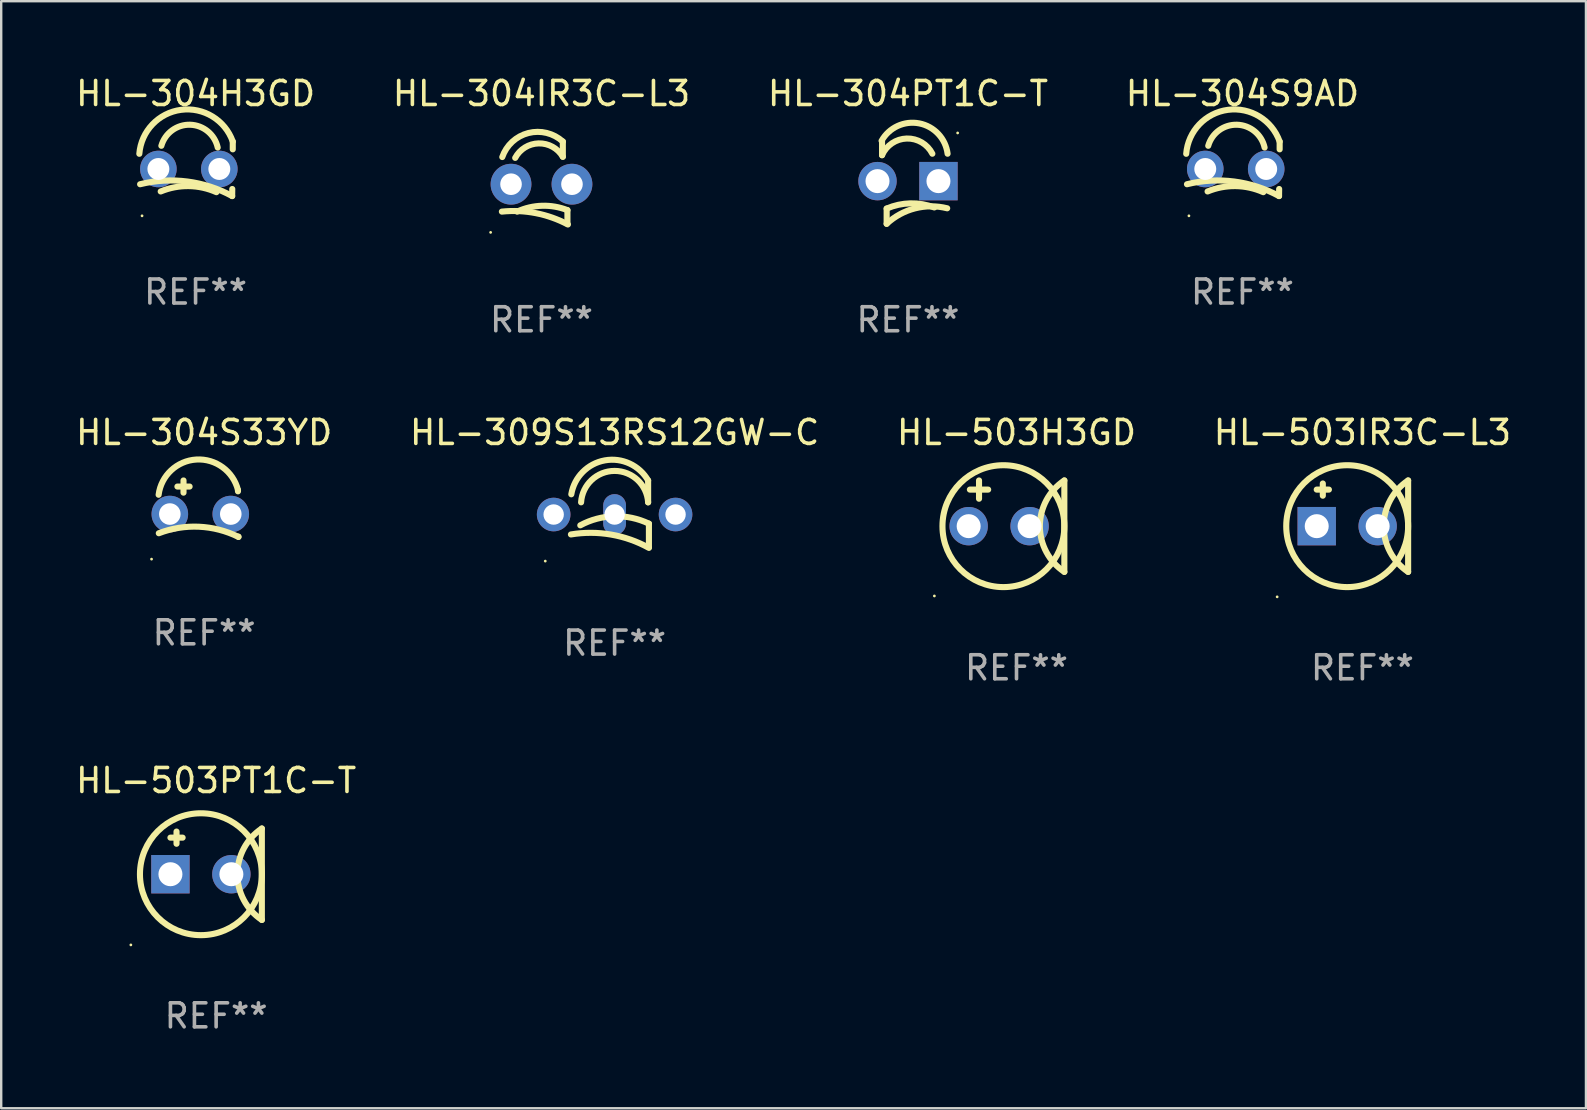
<source format=kicad_pcb>
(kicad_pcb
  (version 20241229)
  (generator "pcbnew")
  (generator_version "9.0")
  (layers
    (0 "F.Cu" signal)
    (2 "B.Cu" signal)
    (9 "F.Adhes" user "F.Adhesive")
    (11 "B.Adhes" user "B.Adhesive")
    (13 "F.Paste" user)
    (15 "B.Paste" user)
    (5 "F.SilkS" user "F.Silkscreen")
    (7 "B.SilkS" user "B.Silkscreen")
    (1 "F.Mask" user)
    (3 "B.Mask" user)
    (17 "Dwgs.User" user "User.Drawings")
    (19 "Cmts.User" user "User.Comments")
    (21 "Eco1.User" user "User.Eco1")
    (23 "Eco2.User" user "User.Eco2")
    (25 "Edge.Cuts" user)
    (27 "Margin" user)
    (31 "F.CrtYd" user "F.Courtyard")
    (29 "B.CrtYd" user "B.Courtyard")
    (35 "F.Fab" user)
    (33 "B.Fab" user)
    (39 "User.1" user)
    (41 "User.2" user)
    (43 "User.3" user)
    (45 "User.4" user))
  (footprint "HL-503H3GD"
    (layer "F.Cu")
    (at 39.315 18.879)
    (property "Reference" "HL-503H3GD" (at 0 -3.905 0) (layer "F.SilkS") (effects (font (size 1 1) (thickness 0.15))))
    (attr through_hole)
    (fp_line (start -1.943 -1.524) (end -1.181 -1.524) (stroke (width 0.254) (type solid)) (layer "F.SilkS"))
    (fp_line (start -1.562 -1.143) (end -1.562 -1.905) (stroke (width 0.254) (type solid)) (layer "F.SilkS"))
    (fp_line (start 1.994 1.905) (end 1.994 -1.905) (stroke (width 0.254) (type solid)) (layer "F.SilkS"))
    (fp_arc (start 1.993899 1.905) (mid 0.974377 0) (end 1.993899 -1.905) (stroke (width 0.254001) (type solid)) (layer "F.SilkS"))
    (fp_circle (center -3.423 2.909) (end -3.393 2.909) (stroke (width 0.06) (type solid)) (fill no) (layer "F.SilkS"))
    (fp_circle (center -0.546 0) (end 1.994 0) (stroke (width 0.254) (type solid)) (fill no) (layer "F.SilkS"))
    (fp_text user "REF**" (at 0 5.905 0) (layer "F.Fab") (effects (font (size 1 1) (thickness 0.15))))
    (pad "1" thru_hole circle (at -1.994 0) (size 1.6 1.6) (drill 1) (layers "*.Cu" "*.Mask"))
    (pad "2" thru_hole circle (at 0.546 0) (size 1.6 1.6) (drill 1) (layers "*.Cu" "*.Mask")))
  (footprint "HL-304S33YD"
    (layer "F.Cu")
    (at 5.458 18.15)
    (property "Reference" "HL-304S33YD" (at 0 -3.176 0) (layer "F.SilkS") (effects (font (size 1 1) (thickness 0.15))))
    (attr through_hole)
    (fp_line (start -1.114 -0.922) (end -0.606 -0.922) (stroke (width 0.254) (type solid)) (layer "F.SilkS"))
    (fp_line (start -0.86 -1.176) (end -0.86 -0.668) (stroke (width 0.254) (type solid)) (layer "F.SilkS"))
    (fp_line (start 1.41 -0.776) (end 1.41 -0.723) (stroke (width 0.254) (type solid)) (layer "F.SilkS"))
    (fp_line (start 1.43 1.176) (end 1.43 1.164) (stroke (width 0.254) (type solid)) (layer "F.SilkS"))
    (fp_arc (start -1.896915 -0.579704) (mid -0.324751 -2.048067) (end 1.4103 -0.776302) (stroke (width 0.254001) (type solid)) (layer "F.SilkS"))
    (fp_arc (start -1.8897 1.023698) (mid -0.214006 0.752438) (end 1.429731 1.176302) (stroke (width 0.254001) (type solid)) (layer "F.SilkS"))
    (fp_circle (center -2.192 2.103) (end -2.162 2.103) (stroke (width 0.06) (type solid)) (fill no) (layer "F.SilkS"))
    (fp_text user "REF**" (at 0 5.176 0) (layer "F.Fab") (effects (font (size 1 1) (thickness 0.15))))
    (pad "1" thru_hole circle (at -1.43 0.224) (size 1.524 1.524) (drill 0.9) (layers "*.Cu" "*.Mask"))
    (pad "2" thru_hole circle (at 1.11 0.224) (size 1.524 1.524) (drill 0.9) (layers "*.Cu" "*.Mask")))
  (footprint "HL-304S9AD"
    (layer "F.Cu")
    (at 48.732 3.985)
    (property "Reference" "HL-304S9AD" (at 0 -3.137 0) (layer "F.SilkS") (effects (font (size 1 1) (thickness 0.15))))
    (attr through_hole)
    (fp_line (start 1.529 0.842) (end 1.525 1.137) (stroke (width 0.254) (type solid)) (layer "F.SilkS"))
    (fp_line (start 1.55 -1.137) (end 1.55 -0.811) (stroke (width 0.254) (type solid)) (layer "F.SilkS"))
    (fp_arc (start -2.344336 -0.624664) (mid -0.604362 -2.457931) (end 1.550229 -1.136525) (stroke (width 0.254001) (type solid)) (layer "F.SilkS"))
    (fp_arc (start -2.31223 0.643358) (mid -0.347208 0.529557) (end 1.525184 1.136526) (stroke (width 0.254001) (type solid)) (layer "F.SilkS"))
    (fp_arc (start -1.45348 0.944425) (mid -0.289454 0.72139) (end 0.868415 0.974448) (stroke (width 0.254001) (type solid)) (layer "F.SilkS"))
    (fp_arc (start -1.426174 -0.958548) (mid -0.223791 -1.836179) (end 0.922695 -0.88669) (stroke (width 0.254001) (type solid)) (layer "F.SilkS"))
    (fp_circle (center -2.231 1.96) (end -2.201 1.96) (stroke (width 0.06) (type solid)) (fill no) (layer "F.SilkS"))
    (fp_text user "REF**" (at 0 5.137 0) (layer "F.Fab") (effects (font (size 1 1) (thickness 0.15))))
    (pad "1" thru_hole circle (at -1.55 0.008) (size 1.524 1.524) (drill 0.914) (layers "*.Cu" "*.Mask"))
    (pad "2" thru_hole circle (at 0.99 0.008) (size 1.524 1.524) (drill 0.914) (layers "*.Cu" "*.Mask")))
  (footprint "HL-503PT1C-T"
    (layer "F.Cu")
    (at 5.958 33.385)
    (property "Reference" "HL-503PT1C-T" (at 0 -3.905 0) (layer "F.SilkS") (effects (font (size 1 1) (thickness 0.15))))
    (attr through_hole)
    (fp_line (start -1.905 -1.524) (end -1.397 -1.524) (stroke (width 0.254) (type solid)) (layer "F.SilkS"))
    (fp_line (start -1.651 -1.778) (end -1.651 -1.27) (stroke (width 0.254) (type solid)) (layer "F.SilkS"))
    (fp_line (start 1.905 1.905) (end 1.905 -1.905) (stroke (width 0.254) (type solid)) (layer "F.SilkS"))
    (fp_arc (start 1.904999 1.905) (mid 0.885477 0) (end 1.904999 -1.905) (stroke (width 0.254001) (type solid)) (layer "F.SilkS"))
    (fp_circle (center -3.554 2.946) (end -3.524 2.946) (stroke (width 0.06) (type solid)) (fill no) (layer "F.SilkS"))
    (fp_circle (center -0.635 0) (end 1.905 0) (stroke (width 0.254) (type solid)) (fill no) (layer "F.SilkS"))
    (fp_text user "REF**" (at 0 5.905 0) (layer "F.Fab") (effects (font (size 1 1) (thickness 0.15))))
    (pad "1" thru_hole rect (at -1.905 0) (size 1.6 1.6) (drill 1) (layers "*.Cu" "*.Mask"))
    (pad "2" thru_hole circle (at 0.635 0) (size 1.6 1.6) (drill 1) (layers "*.Cu" "*.Mask")))
  (footprint "HL-304IR3C-L3"
    (layer "F.Cu")
    (at 19.518 4.563)
    (property "Reference" "HL-304IR3C-L3" (at 0 -3.715 0) (layer "F.SilkS") (effects (font (size 1 1) (thickness 0.15))))
    (attr through_hole)
    (fp_line (start 0.889 -1.08) (end 0.889 -1.715) (stroke (width 0.254) (type solid)) (layer "F.SilkS"))
    (fp_line (start 1.081 1.145) (end 1.081 1.715) (stroke (width 0.254) (type solid)) (layer "F.SilkS"))
    (fp_arc (start -1.651003 1.206502) (mid -0.235595 1.270962) (end 1.100229 1.743307) (stroke (width 0.254001) (type solid)) (layer "F.SilkS"))
    (fp_arc (start -1.634417 -1.068022) (mid -0.54636 -2.069084) (end 0.889002 -1.714503) (stroke (width 0.254001) (type solid)) (layer "F.SilkS"))
    (fp_arc (start -1.09619 -1.03269) (mid -0.117284 -1.636677) (end 0.889002 -1.079502) (stroke (width 0.254001) (type solid)) (layer "F.SilkS"))
    (fp_arc (start -1.016002 1.206502) (mid 0.026416 0.962631) (end 1.081357 1.144856) (stroke (width 0.254001) (type solid)) (layer "F.SilkS"))
    (fp_circle (center -2.12 2.072) (end -2.09 2.072) (stroke (width 0.06) (type solid)) (fill no) (layer "F.SilkS"))
    (fp_text user "REF**" (at 0 5.715 0) (layer "F.Fab") (effects (font (size 1 1) (thickness 0.15))))
    (pad "1" thru_hole circle (at -1.27 0.064) (size 1.7 1.7) (drill 0.9) (layers "*.Cu" "*.Mask"))
    (pad "2" thru_hole circle (at 1.27 0.064) (size 1.7 1.7) (drill 0.9) (layers "*.Cu" "*.Mask")))
  (footprint "HL-503IR3C-L3"
    (layer "F.Cu")
    (at 53.732 18.879)
    (property "Reference" "HL-503IR3C-L3" (at 0 -3.905 0) (layer "F.SilkS") (effects (font (size 1 1) (thickness 0.15))))
    (attr through_hole)
    (fp_line (start -1.905 -1.524) (end -1.397 -1.524) (stroke (width 0.254) (type solid)) (layer "F.SilkS"))
    (fp_line (start -1.651 -1.778) (end -1.651 -1.27) (stroke (width 0.254) (type solid)) (layer "F.SilkS"))
    (fp_line (start 1.905 1.905) (end 1.905 -1.905) (stroke (width 0.254) (type solid)) (layer "F.SilkS"))
    (fp_arc (start 1.904999 1.905) (mid 0.885477 0) (end 1.904999 -1.905) (stroke (width 0.254001) (type solid)) (layer "F.SilkS"))
    (fp_circle (center -3.554 2.946) (end -3.524 2.946) (stroke (width 0.06) (type solid)) (fill no) (layer "F.SilkS"))
    (fp_circle (center -0.635 0) (end 1.905 0) (stroke (width 0.254) (type solid)) (fill no) (layer "F.SilkS"))
    (fp_text user "REF**" (at 0 5.905 0) (layer "F.Fab") (effects (font (size 1 1) (thickness 0.15))))
    (pad "1" thru_hole rect (at -1.905 0) (size 1.6 1.6) (drill 1) (layers "*.Cu" "*.Mask"))
    (pad "2" thru_hole circle (at 0.635 0) (size 1.6 1.6) (drill 1) (layers "*.Cu" "*.Mask")))
  (footprint "HL-309S13RS12GW-C"
    (layer "F.Cu")
    (at 22.565 18.364)
    (property "Reference" "HL-309S13RS12GW-C" (at 0 -3.39 0) (layer "F.SilkS") (effects (font (size 1 1) (thickness 0.15))))
    (attr through_hole)
    (fp_line (start 1.397 -0.478) (end 1.397 -1.39) (stroke (width 0.254) (type solid)) (layer "F.SilkS"))
    (fp_line (start 1.43 0.41) (end 1.43 1.39) (stroke (width 0.254) (type solid)) (layer "F.SilkS"))
    (fp_arc (start -1.81999 0.859995) (mid -0.147702 0.865515) (end 1.429997 1.41999) (stroke (width 0.254001) (type solid)) (layer "F.SilkS"))
    (fp_arc (start -1.804597 -0.813437) (mid -0.406468 -2.227145) (end 1.397003 -1.389992) (stroke (width 0.254001) (type solid)) (layer "F.SilkS"))
    (fp_arc (start -1.429997 0.48001) (mid -0.008386 0.102367) (end 1.429998 0.410007) (stroke (width 0.254001) (type solid)) (layer "F.SilkS"))
    (fp_arc (start -1.397003 -0.478003) (mid 0 -1.788385) (end 1.397003 -0.478004) (stroke (width 0.254001) (type solid)) (layer "F.SilkS"))
    (fp_circle (center -2.89 1.971) (end -2.86 1.971) (stroke (width 0.06) (type solid)) (fill no) (layer "F.SilkS"))
    (fp_text user "REF**" (at 0 5.39 0) (layer "F.Fab") (effects (font (size 1 1) (thickness 0.15))))
    (pad "1" thru_hole circle (at -2.54 0.03) (size 1.4 1.4) (drill 0.85) (layers "*.Cu" "*.Mask"))
    (pad "2" thru_hole oval (at 0 0.03) (size 0.95 1.7) (drill oval 0.85 0.85) (layers "*.Cu" "*.Mask"))
    (pad "3" thru_hole circle (at 2.54 0.03) (size 1.4 1.4) (drill 0.85) (layers "*.Cu" "*.Mask")))
  (footprint "HL-304H3GD"
    (layer "F.Cu")
    (at 5.101 3.985)
    (property "Reference" "HL-304H3GD" (at 0 -3.137 0) (layer "F.SilkS") (effects (font (size 1 1) (thickness 0.15))))
    (attr through_hole)
    (fp_line (start 1.529 0.842) (end 1.525 1.137) (stroke (width 0.254) (type solid)) (layer "F.SilkS"))
    (fp_line (start 1.55 -1.137) (end 1.55 -0.811) (stroke (width 0.254) (type solid)) (layer "F.SilkS"))
    (fp_arc (start -2.344336 -0.624664) (mid -0.604362 -2.457931) (end 1.550229 -1.136525) (stroke (width 0.254001) (type solid)) (layer "F.SilkS"))
    (fp_arc (start -2.31223 0.643358) (mid -0.347208 0.529557) (end 1.525184 1.136526) (stroke (width 0.254001) (type solid)) (layer "F.SilkS"))
    (fp_arc (start -1.45348 0.944425) (mid -0.289454 0.72139) (end 0.868415 0.974448) (stroke (width 0.254001) (type solid)) (layer "F.SilkS"))
    (fp_arc (start -1.426174 -0.958548) (mid -0.223791 -1.836179) (end 0.922695 -0.88669) (stroke (width 0.254001) (type solid)) (layer "F.SilkS"))
    (fp_circle (center -2.231 1.96) (end -2.201 1.96) (stroke (width 0.06) (type solid)) (fill no) (layer "F.SilkS"))
    (fp_text user "REF**" (at 0 5.137 0) (layer "F.Fab") (effects (font (size 1 1) (thickness 0.15))))
    (pad "1" thru_hole circle (at -1.55 0.008) (size 1.524 1.524) (drill 0.914) (layers "*.Cu" "*.Mask"))
    (pad "2" thru_hole circle (at 0.99 0.008) (size 1.524 1.524) (drill 0.914) (layers "*.Cu" "*.Mask")))
  (footprint "HL-304PT1C-T"
    (layer "F.Cu")
    (at 34.792 4.563)
    (property "Reference" "HL-304PT1C-T" (at 0 -3.715 0) (layer "F.SilkS") (effects (font (size 1 1) (thickness 0.15))))
    (attr through_hole)
    (fp_line (start -1.081 -1.145) (end -1.081 -1.715) (stroke (width 0.254) (type solid)) (layer "F.SilkS"))
    (fp_line (start -0.889 1.08) (end -0.889 1.715) (stroke (width 0.254) (type solid)) (layer "F.SilkS"))
    (fp_arc (start -1.100228 -1.743307) (mid 0.469678 -2.470684) (end 1.651003 -1.206502) (stroke (width 0.254001) (type solid)) (layer "F.SilkS"))
    (fp_arc (start -1.081356 -1.144856) (mid -0.052181 -1.839268) (end 1.016002 -1.206502) (stroke (width 0.254001) (type solid)) (layer "F.SilkS"))
    (fp_arc (start -0.889002 1.079502) (mid 0.099036 0.862802) (end 1.09619 1.032689) (stroke (width 0.254001) (type solid)) (layer "F.SilkS"))
    (fp_arc (start -0.889002 1.714503) (mid 0.290793 1.071523) (end 1.634417 1.068021) (stroke (width 0.254001) (type solid)) (layer "F.SilkS"))
    (fp_circle (center 2.07 -2.072) (end 2.1 -2.072) (stroke (width 0.06) (type solid)) (fill no) (layer "F.SilkS"))
    (fp_text user "REF**" (at 0 5.715 0) (layer "F.Fab") (effects (font (size 1 1) (thickness 0.15))))
    (pad "1" thru_hole rect (at 1.27 -0.064 180) (size 1.6 1.6) (drill 1) (layers "*.Cu" "*.Mask"))
    (pad "2" thru_hole circle (at -1.27 -0.064) (size 1.6 1.6) (drill 1) (layers "*.Cu" "*.Mask")))
  (gr_rect
    (start -3 -3)
    (end 63.048 43.139)
    (stroke (width 0.1) (type default))
    (fill no)
    (layer "Edge.Cuts")))
</source>
